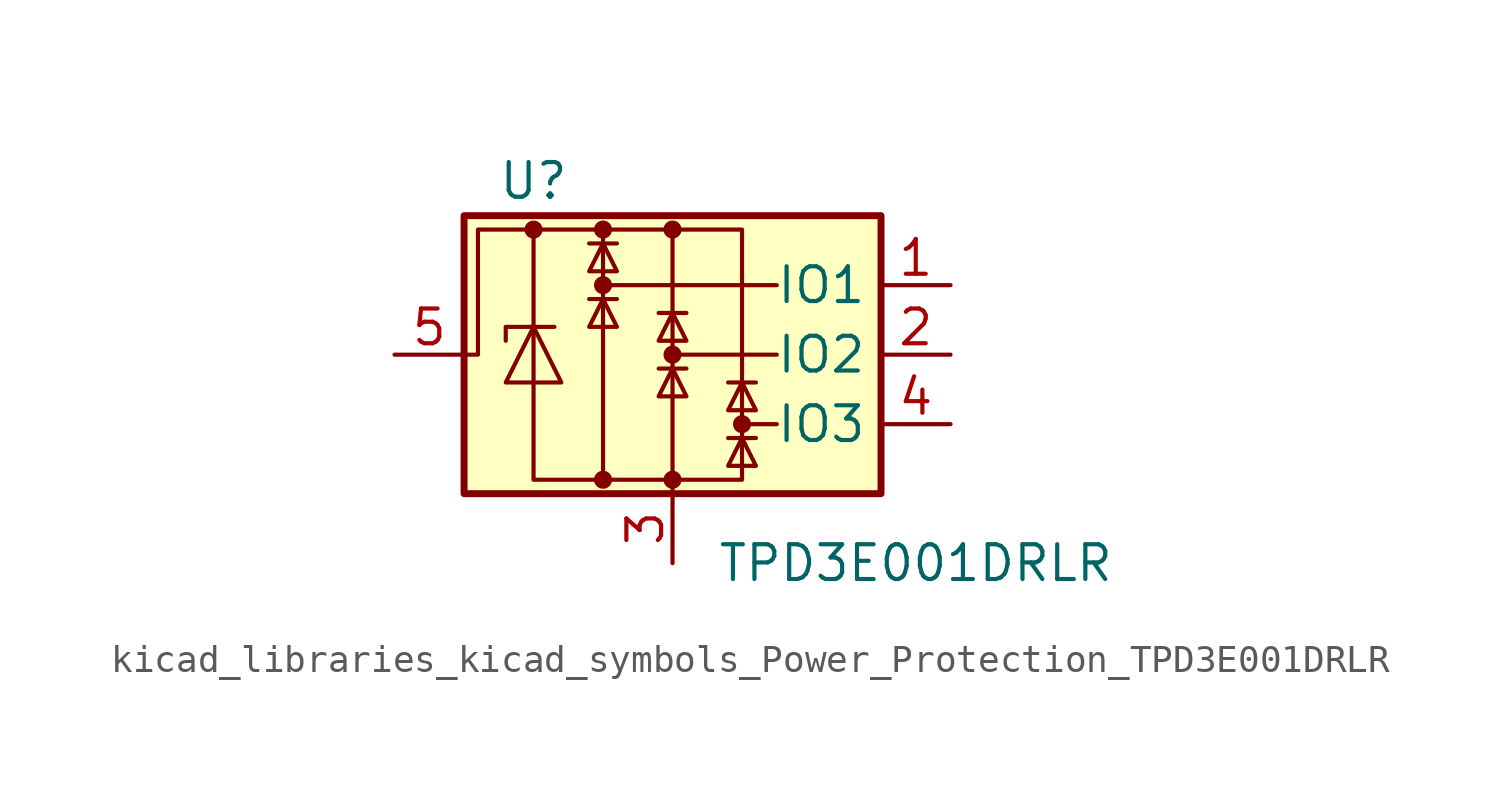
<source format=kicad_sym>
(kicad_symbol_lib
  (version 20220914)
  (generator kicad_symbol_editor)
  (symbol "kicad_libraries_kicad_symbols_Power_Protection_TPD3E001DRLR"
    (property "Reference" "U"
      (at -5.08 6.35 0)
      (effects (font (size 1.27 1.27))))
    (property "Value" "TPD3E001DRLR"
      (at 8.89 -7.62 0)
      (effects (font (size 1.27 1.27))))
    (symbol "kicad_libraries_kicad_symbols_Power_Protection_TPD3E001DRLR_0_1"
      (rectangle (start -7.62 5.08) (end 7.62 -5.08) (stroke (width 0.254) (type default)) (fill (type background)))
      (circle (center -5.08 4.572) (radius 0.254) (stroke (width 0) (type default)) (fill (type outline)))
      (circle (center -2.54 -4.572) (radius 0.254) (stroke (width 0) (type default)) (fill (type outline)))
      (circle (center -2.54 2.54) (radius 0.254) (stroke (width 0) (type default)) (fill (type outline)))
      (circle (center -2.54 4.572) (radius 0.254) (stroke (width 0) (type default)) (fill (type outline)))
      (circle (center 0 -4.572) (radius 0.254) (stroke (width 0) (type default)) (fill (type outline)))
      (polyline (pts (xy -2.54 2.54) (xy 3.81 2.54)) (stroke (width 0) (type default)) (fill (type none)))
      (polyline (pts (xy -2.54 4.572) (xy -2.54 -4.572)) (stroke (width 0) (type default)) (fill (type none)))
      (polyline (pts (xy -2.032 2.032) (xy -3.048 2.032)) (stroke (width 0) (type default)) (fill (type none)))
      (polyline (pts (xy -2.032 4.064) (xy -3.048 4.064)) (stroke (width 0) (type default)) (fill (type none)))
      (polyline (pts (xy 0 -5.08) (xy 0 4.572)) (stroke (width 0) (type default)) (fill (type none)))
      (polyline (pts (xy 0 0) (xy 3.81 0)) (stroke (width 0) (type default)) (fill (type none)))
      (polyline (pts (xy 0.508 -0.508) (xy -0.508 -0.508)) (stroke (width 0) (type default)) (fill (type none)))
      (polyline (pts (xy 0.508 1.524) (xy -0.508 1.524)) (stroke (width 0) (type default)) (fill (type none)))
      (polyline (pts (xy 2.54 -2.54) (xy 3.81 -2.54)) (stroke (width 0) (type default)) (fill (type none)))
      (polyline (pts (xy 3.048 -3.048) (xy 2.032 -3.048)) (stroke (width 0) (type default)) (fill (type none)))
      (polyline (pts (xy 3.048 -1.016) (xy 2.032 -1.016)) (stroke (width 0) (type default)) (fill (type none)))
      (polyline (pts (xy -4.318 1.016) (xy -6.096 1.016) (xy -6.096 0.508)) (stroke (width 0) (type default)) (fill (type none)))
      (polyline (pts (xy -7.62 0) (xy -7.112 0) (xy -7.112 4.572) (xy -5.08 4.572)) (stroke (width 0) (type default)) (fill (type none)))
      (polyline (pts (xy -5.08 1.016) (xy -6.096 -1.016) (xy -4.064 -1.016) (xy -5.08 1.016)) (stroke (width 0) (type default)) (fill (type none)))
      (polyline (pts (xy -2.54 2.032) (xy -3.048 1.016) (xy -2.032 1.016) (xy -2.54 2.032)) (stroke (width 0) (type default)) (fill (type none)))
      (polyline (pts (xy -2.54 4.064) (xy -3.048 3.048) (xy -2.032 3.048) (xy -2.54 4.064)) (stroke (width 0) (type default)) (fill (type none)))
      (polyline (pts (xy 0 -0.508) (xy -0.508 -1.524) (xy 0.508 -1.524) (xy 0 -0.508)) (stroke (width 0) (type default)) (fill (type none)))
      (polyline (pts (xy 0 1.524) (xy -0.508 0.508) (xy 0.508 0.508) (xy 0 1.524)) (stroke (width 0) (type default)) (fill (type none)))
      (polyline (pts (xy 2.54 -3.048) (xy 2.032 -4.064) (xy 3.048 -4.064) (xy 2.54 -3.048)) (stroke (width 0) (type default)) (fill (type none)))
      (polyline (pts (xy 2.54 -1.016) (xy 2.032 -2.032) (xy 3.048 -2.032) (xy 2.54 -1.016)) (stroke (width 0) (type default)) (fill (type none)))
      (circle (center 0 0) (radius 0.254) (stroke (width 0) (type default)) (fill (type outline)))
      (circle (center 0 4.572) (radius 0.254) (stroke (width 0) (type default)) (fill (type outline)))
      (rectangle (start 2.54 -4.572) (end -5.08 4.572) (stroke (width 0) (type default)) (fill (type none)))
      (circle (center 2.54 -2.54) (radius 0.254) (stroke (width 0) (type default)) (fill (type outline))))
    (symbol "kicad_libraries_kicad_symbols_Power_Protection_TPD3E001DRLR_1_1"
      (pin passive line (at 10.16 2.54 180) (length 2.54) (name "IO1" (effects (font (size 1.27 1.27)))) (number "1" (effects (font (size 1.27 1.27)))))
      (pin passive line (at 10.16 0 180) (length 2.54) (name "IO2" (effects (font (size 1.27 1.27)))) (number "2" (effects (font (size 1.27 1.27)))))
      (pin passive line (at 0 -7.62 90) (length 2.54) (name "~" (effects (font (size 1.27 1.27)))) (number "3" (effects (font (size 1.27 1.27)))))
      (pin passive line (at 10.16 -2.54 180) (length 2.54) (name "IO3" (effects (font (size 1.27 1.27)))) (number "4" (effects (font (size 1.27 1.27)))))
      (pin passive line (at -10.16 0 0) (length 2.54) (name "~" (effects (font (size 1.27 1.27)))) (number "5" (effects (font (size 1.27 1.27))))))))
</source>
